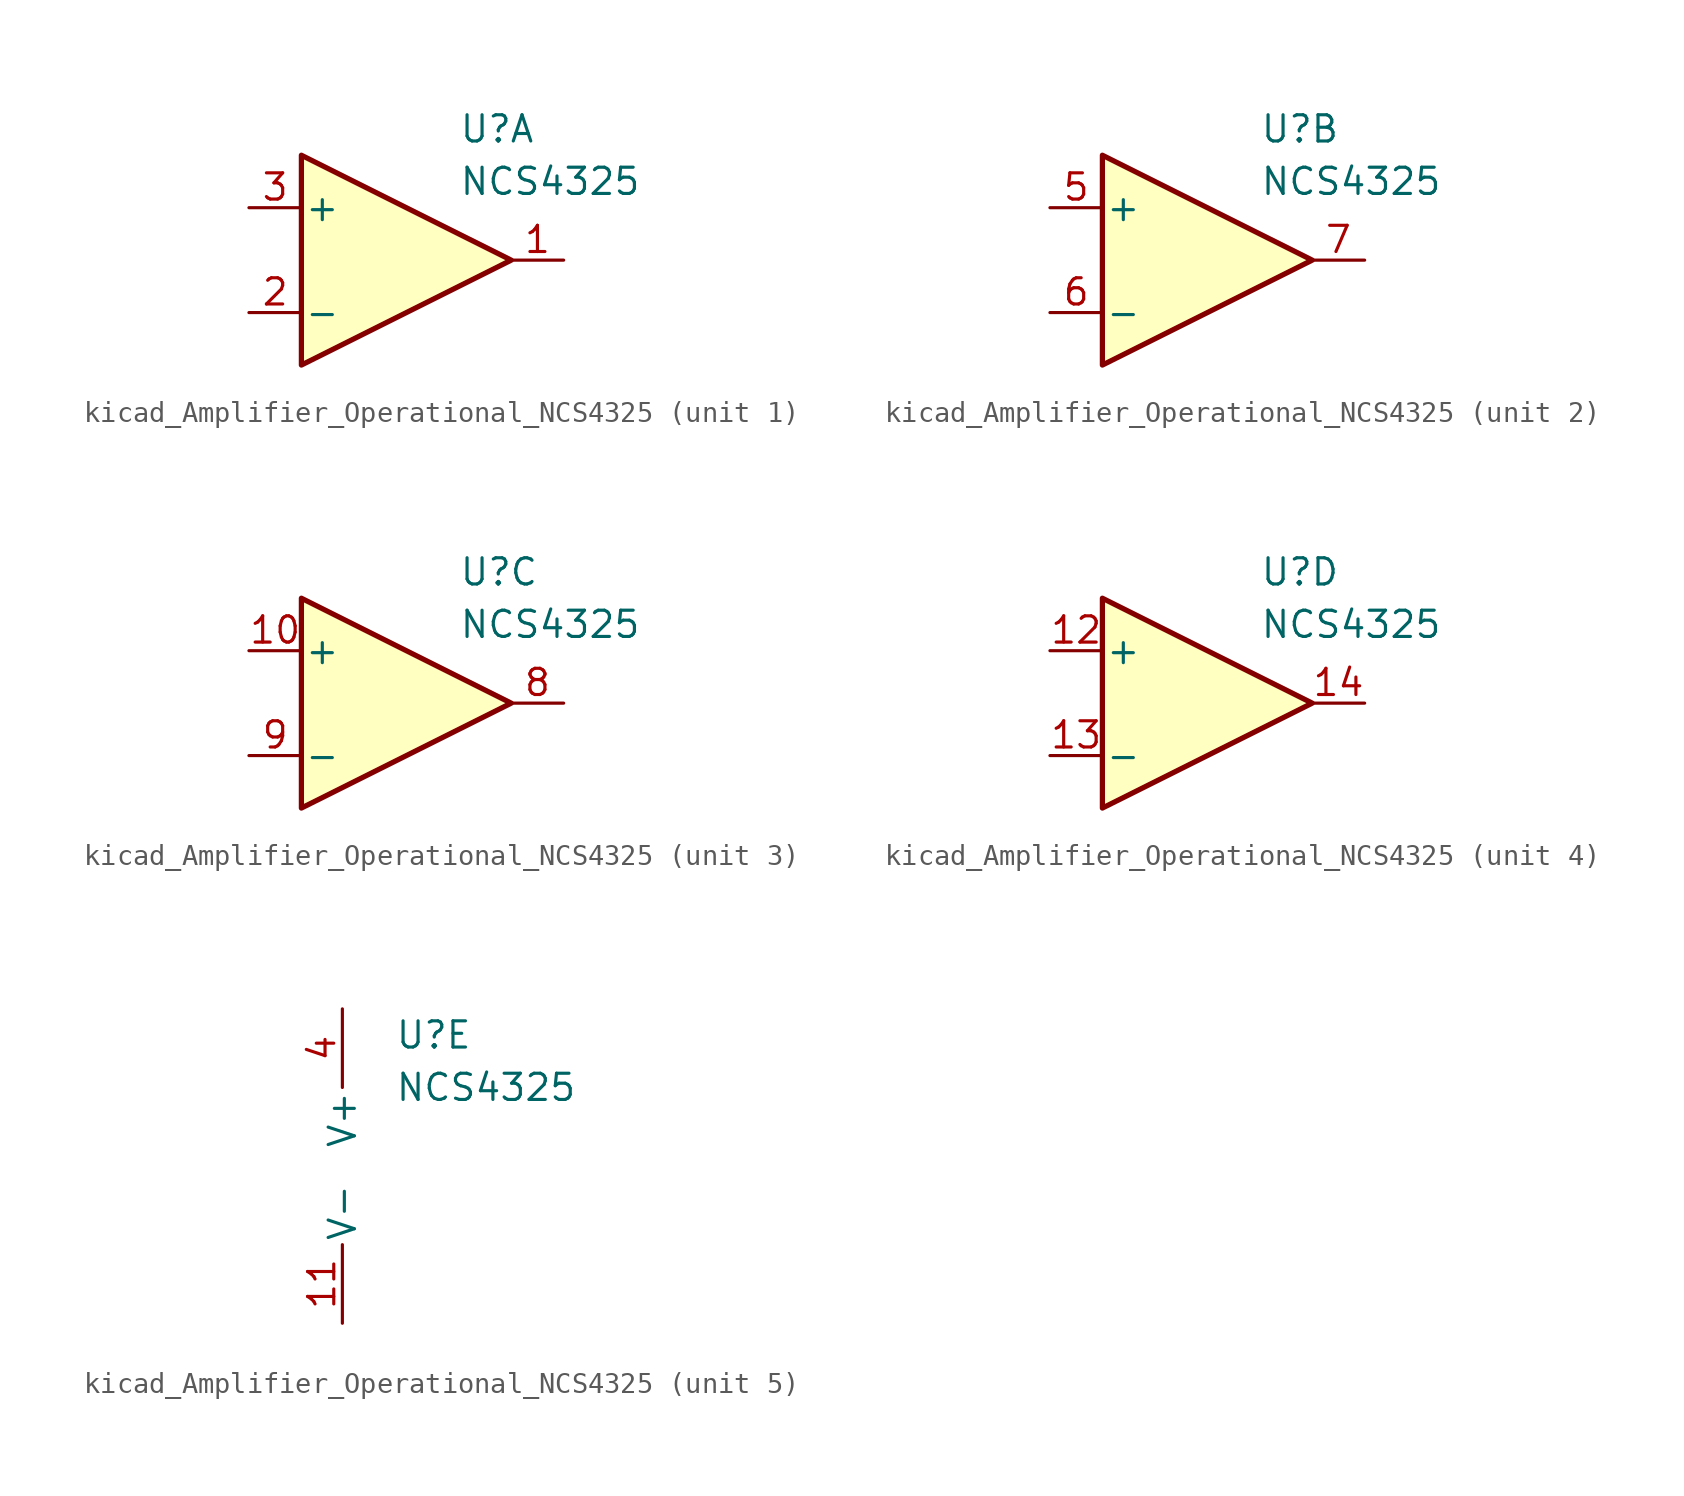
<source format=kicad_sym>
(kicad_symbol_lib
  (version 20220914)
  (generator kicad_symbol_editor)
  (symbol "kicad_Amplifier_Operational_NCS4325"
    (pin_names
      (offset 0.127))
    (property "Reference" "U"
      (at 2.54 6.35 0)
      (effects (font (size 1.27 1.27)) (justify left)))
    (property "Value" "NCS4325"
      (at 2.54 3.81 0)
      (effects (font (size 1.27 1.27)) (justify left)))
    (property "ki_locked" ""
      (at 0 0 0)
      (effects (font (size 1.27 1.27))))
    (symbol "kicad_Amplifier_Operational_NCS4325_1_1"
      (polyline (pts (xy 5.08 0) (xy -5.08 5.08) (xy -5.08 -5.08) (xy 5.08 0)) (stroke (width 0.254) (type default)) (fill (type background)))
      (pin output line (at 7.62 0 180) (length 2.54) (name "~" (effects (font (size 1.27 1.27)))) (number "1" (effects (font (size 1.27 1.27)))))
      (pin input line (at -7.62 -2.54 0) (length 2.54) (name "-" (effects (font (size 1.27 1.27)))) (number "2" (effects (font (size 1.27 1.27)))))
      (pin input line (at -7.62 2.54 0) (length 2.54) (name "+" (effects (font (size 1.27 1.27)))) (number "3" (effects (font (size 1.27 1.27))))))
    (symbol "kicad_Amplifier_Operational_NCS4325_2_1"
      (polyline (pts (xy -5.08 5.08) (xy -5.08 -5.08) (xy 5.08 0) (xy -5.08 5.08)) (stroke (width 0.254) (type default)) (fill (type background)))
      (pin input line (at -7.62 2.54 0) (length 2.54) (name "+" (effects (font (size 1.27 1.27)))) (number "5" (effects (font (size 1.27 1.27)))))
      (pin input line (at -7.62 -2.54 0) (length 2.54) (name "-" (effects (font (size 1.27 1.27)))) (number "6" (effects (font (size 1.27 1.27)))))
      (pin output line (at 7.62 0 180) (length 2.54) (name "~" (effects (font (size 1.27 1.27)))) (number "7" (effects (font (size 1.27 1.27))))))
    (symbol "kicad_Amplifier_Operational_NCS4325_3_1"
      (polyline (pts (xy 5.08 0) (xy -5.08 5.08) (xy -5.08 -5.08) (xy 5.08 0)) (stroke (width 0.254) (type default)) (fill (type background)))
      (pin input line (at -7.62 2.54 0) (length 2.54) (name "+" (effects (font (size 1.27 1.27)))) (number "10" (effects (font (size 1.27 1.27)))))
      (pin output line (at 7.62 0 180) (length 2.54) (name "~" (effects (font (size 1.27 1.27)))) (number "8" (effects (font (size 1.27 1.27)))))
      (pin input line (at -7.62 -2.54 0) (length 2.54) (name "-" (effects (font (size 1.27 1.27)))) (number "9" (effects (font (size 1.27 1.27))))))
    (symbol "kicad_Amplifier_Operational_NCS4325_4_1"
      (polyline (pts (xy -5.08 5.08) (xy 5.08 0) (xy -5.08 -5.08) (xy -5.08 5.08)) (stroke (width 0.254) (type default)) (fill (type background)))
      (pin input line (at -7.62 2.54 0) (length 2.54) (name "+" (effects (font (size 1.27 1.27)))) (number "12" (effects (font (size 1.27 1.27)))))
      (pin input line (at -7.62 -2.54 0) (length 2.54) (name "-" (effects (font (size 1.27 1.27)))) (number "13" (effects (font (size 1.27 1.27)))))
      (pin output line (at 7.62 0 180) (length 2.54) (name "~" (effects (font (size 1.27 1.27)))) (number "14" (effects (font (size 1.27 1.27))))))
    (symbol "kicad_Amplifier_Operational_NCS4325_5_1"
      (pin power_in line (at 0 -7.62 90) (length 3.81) (name "V-" (effects (font (size 1.27 1.27)))) (number "11" (effects (font (size 1.27 1.27)))))
      (pin power_in line (at 0 7.62 270) (length 3.81) (name "V+" (effects (font (size 1.27 1.27)))) (number "4" (effects (font (size 1.27 1.27))))))))
</source>
